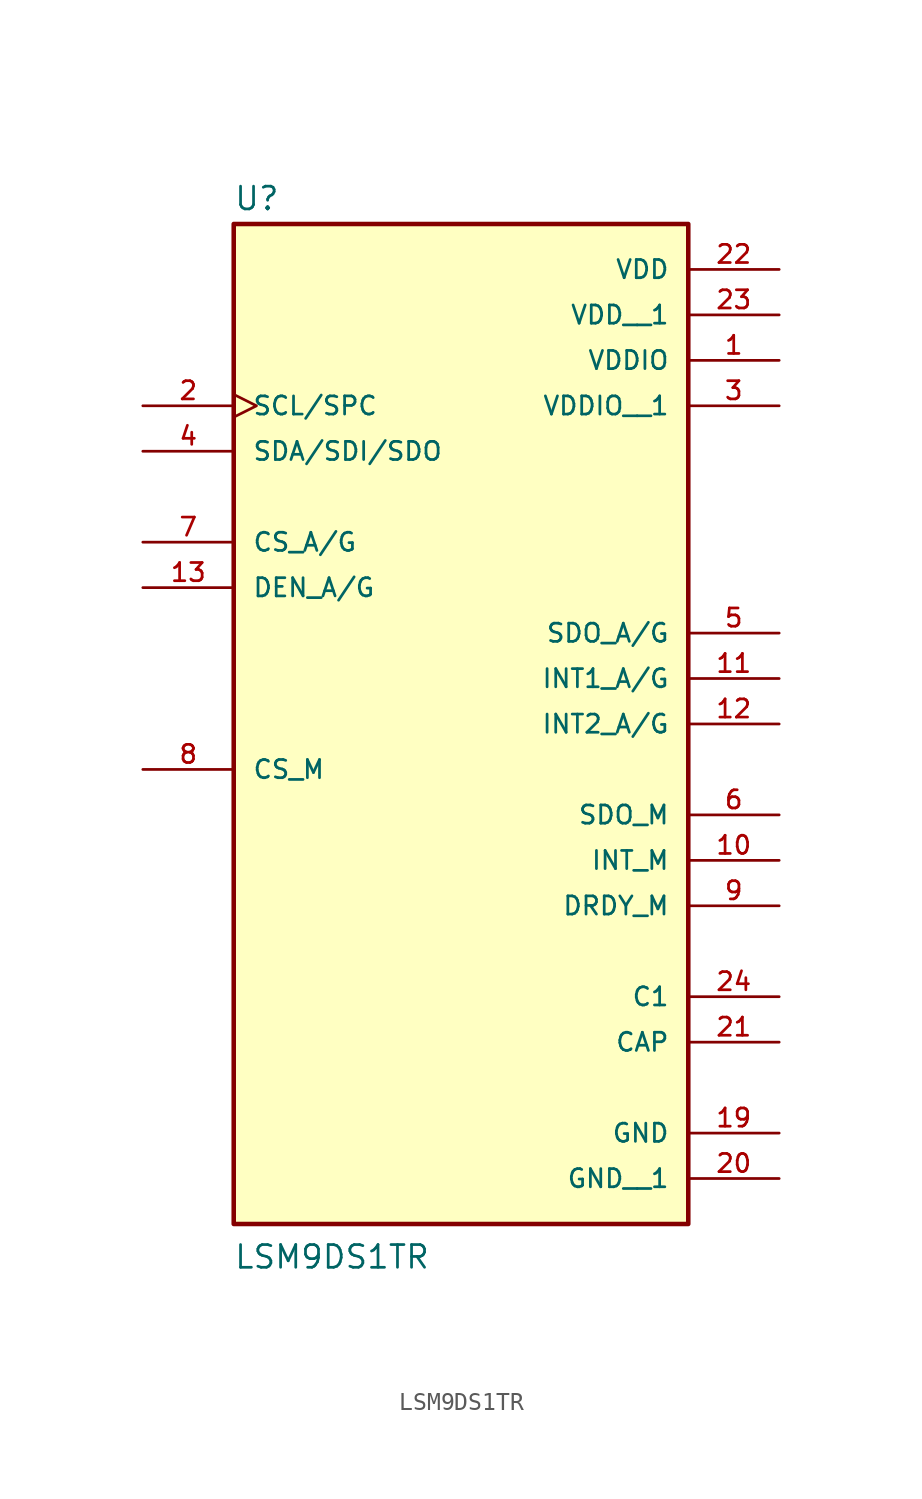
<source format=kicad_sym>
(kicad_symbol_lib
  (version 20220914)
  (generator kicad_symbol_editor)
  (symbol "LSM9DS1TR"
    (pin_names
      (offset 1.016))
    (property "Reference" "U"
      (at -12.721 26.079 0)
      (effects (font (size 1.27 1.27)) (justify left bottom)))
    (property "Value" "LSM9DS1TR"
      (at -12.721 -33.063 0)
      (effects (font (size 1.27 1.27)) (justify left bottom)))
    (symbol "LSM9DS1TR_0_0"
      (rectangle (start -12.7 -30.48) (end 12.7 25.4) (stroke (width 0.254) (type default)) (fill (type background)))
      (pin power_in line (at 17.78 17.78 180) (length 5.08) (name "VDDIO" (effects (font (size 1.016 1.016)))) (number "1" (effects (font (size 1.016 1.016)))))
      (pin output line (at 17.78 -10.16 180) (length 5.08) (name "INT_M" (effects (font (size 1.016 1.016)))) (number "10" (effects (font (size 1.016 1.016)))))
      (pin output line (at 17.78 0 180) (length 5.08) (name "INT1_A/G" (effects (font (size 1.016 1.016)))) (number "11" (effects (font (size 1.016 1.016)))))
      (pin output line (at 17.78 -2.54 180) (length 5.08) (name "INT2_A/G" (effects (font (size 1.016 1.016)))) (number "12" (effects (font (size 1.016 1.016)))))
      (pin input line (at -17.78 5.08 0) (length 5.08) (name "DEN_A/G" (effects (font (size 1.016 1.016)))) (number "13" (effects (font (size 1.016 1.016)))))
      (pin power_in line (at 17.78 -25.4 180) (length 5.08) (name "GND" (effects (font (size 1.016 1.016)))) (number "19" (effects (font (size 1.016 1.016)))))
      (pin input clock (at -17.78 15.24 0) (length 5.08) (name "SCL/SPC" (effects (font (size 1.016 1.016)))) (number "2" (effects (font (size 1.016 1.016)))))
      (pin power_in line (at 17.78 -27.94 180) (length 5.08) (name "GND__1" (effects (font (size 1.016 1.016)))) (number "20" (effects (font (size 1.016 1.016)))))
      (pin passive line (at 17.78 -20.32 180) (length 5.08) (name "CAP" (effects (font (size 1.016 1.016)))) (number "21" (effects (font (size 1.016 1.016)))))
      (pin power_in line (at 17.78 22.86 180) (length 5.08) (name "VDD" (effects (font (size 1.016 1.016)))) (number "22" (effects (font (size 1.016 1.016)))))
      (pin power_in line (at 17.78 20.32 180) (length 5.08) (name "VDD__1" (effects (font (size 1.016 1.016)))) (number "23" (effects (font (size 1.016 1.016)))))
      (pin passive line (at 17.78 -17.78 180) (length 5.08) (name "C1" (effects (font (size 1.016 1.016)))) (number "24" (effects (font (size 1.016 1.016)))))
      (pin power_in line (at 17.78 15.24 180) (length 5.08) (name "VDDIO__1" (effects (font (size 1.016 1.016)))) (number "3" (effects (font (size 1.016 1.016)))))
      (pin bidirectional line (at -17.78 12.7 0) (length 5.08) (name "SDA/SDI/SDO" (effects (font (size 1.016 1.016)))) (number "4" (effects (font (size 1.016 1.016)))))
      (pin output line (at 17.78 2.54 180) (length 5.08) (name "SDO_A/G" (effects (font (size 1.016 1.016)))) (number "5" (effects (font (size 1.016 1.016)))))
      (pin output line (at 17.78 -7.62 180) (length 5.08) (name "SDO_M" (effects (font (size 1.016 1.016)))) (number "6" (effects (font (size 1.016 1.016)))))
      (pin input line (at -17.78 7.62 0) (length 5.08) (name "CS_A/G" (effects (font (size 1.016 1.016)))) (number "7" (effects (font (size 1.016 1.016)))))
      (pin input line (at -17.78 -5.08 0) (length 5.08) (name "CS_M" (effects (font (size 1.016 1.016)))) (number "8" (effects (font (size 1.016 1.016)))))
      (pin output line (at 17.78 -12.7 180) (length 5.08) (name "DRDY_M" (effects (font (size 1.016 1.016)))) (number "9" (effects (font (size 1.016 1.016))))))))
</source>
